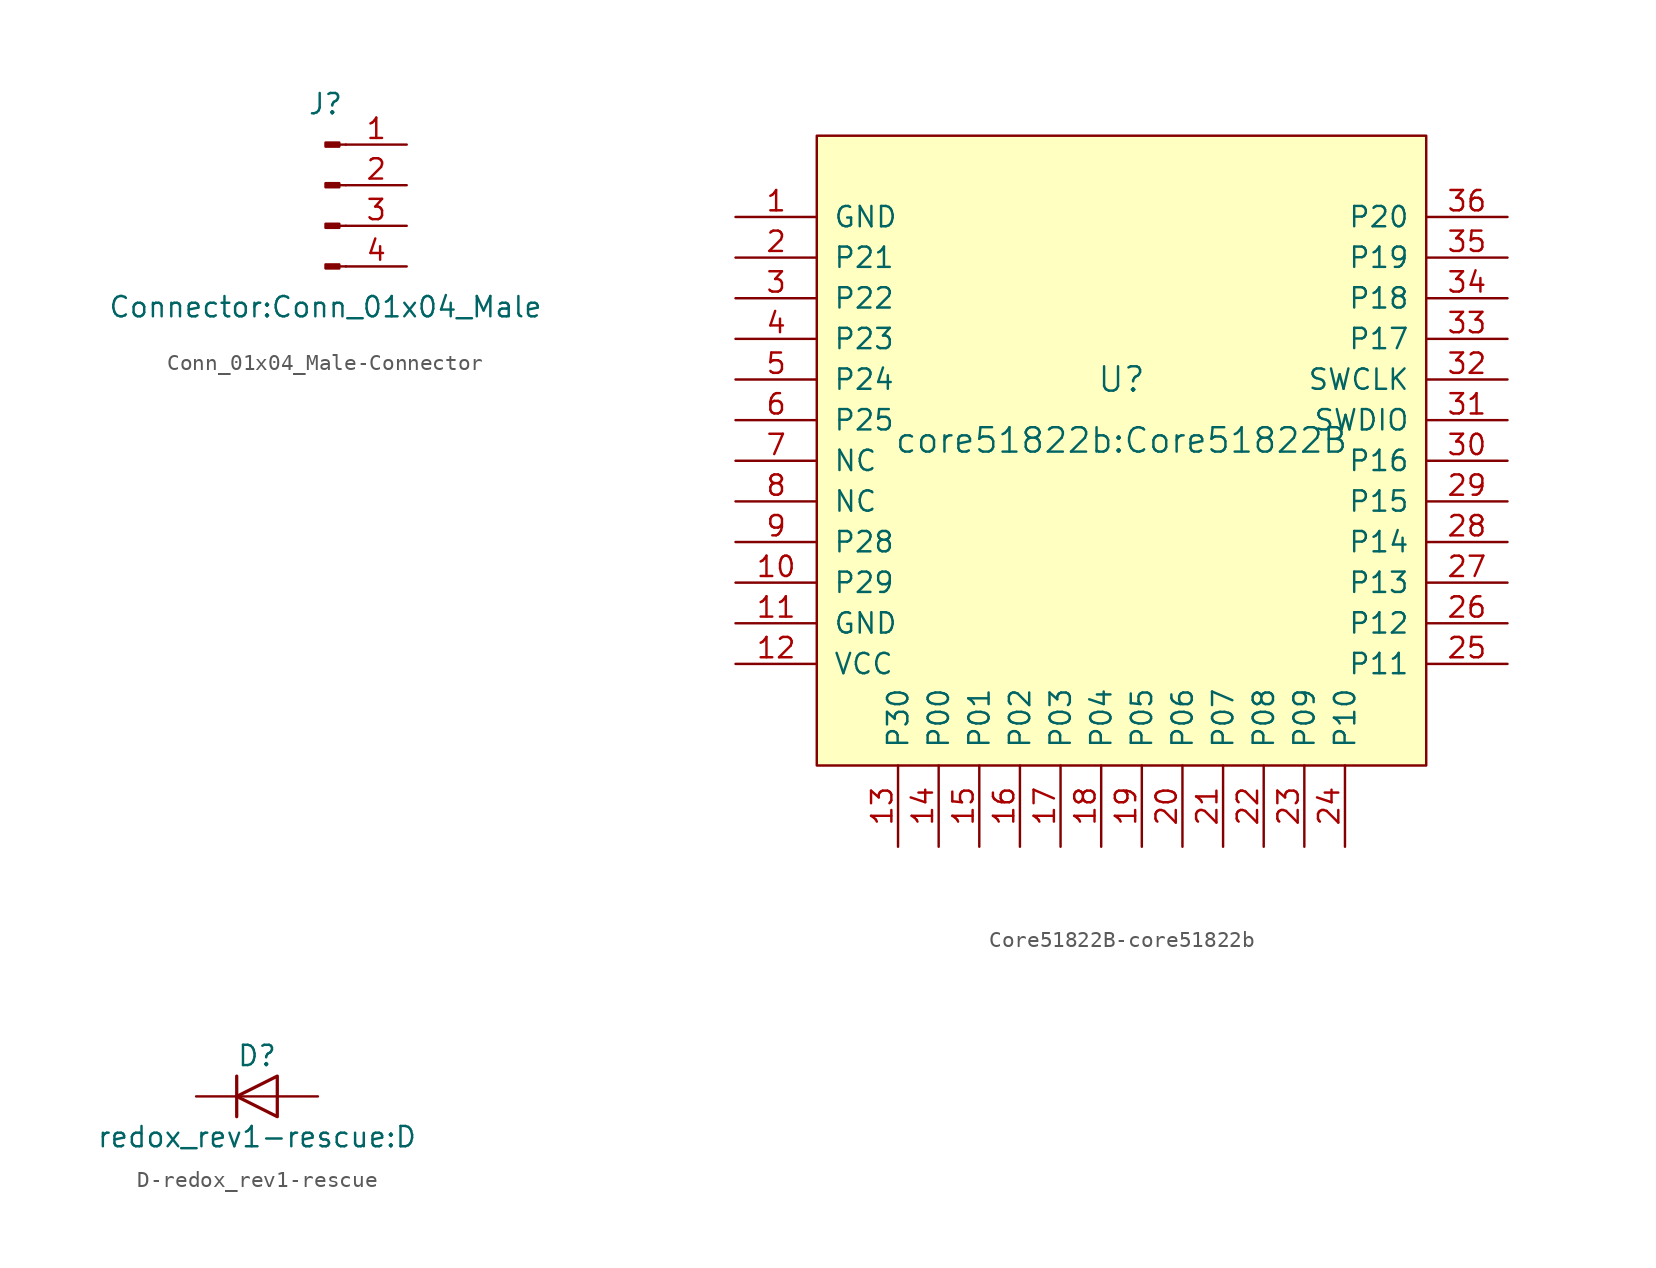
<source format=kicad_sym>
(kicad_symbol_lib
  (version 20220914)
  (generator kicad_symbol_editor)
  (symbol "Conn_01x04_Male-Connector"
    (pin_names
      (offset 1.016) hide)
    (property "Reference" "J"
      (at 0 5.08 0)
      (effects (font (size 1.27 1.27))))
    (property "Value" "Connector:Conn_01x04_Male"
      (at 0 -7.62 0)
      (effects (font (size 1.27 1.27))))
    (symbol "Conn_01x04_Male-Connector_1_1"
      (polyline (pts (xy 1.27 -5.08) (xy 0.864 -5.08)) (stroke (width 0.152) (type solid)) (fill (type none)))
      (polyline (pts (xy 1.27 -2.54) (xy 0.864 -2.54)) (stroke (width 0.152) (type solid)) (fill (type none)))
      (polyline (pts (xy 1.27 0) (xy 0.864 0)) (stroke (width 0.152) (type solid)) (fill (type none)))
      (polyline (pts (xy 1.27 2.54) (xy 0.864 2.54)) (stroke (width 0.152) (type solid)) (fill (type none)))
      (rectangle (start 0.864 -4.953) (end 0 -5.207) (stroke (width 0.152) (type solid)) (fill (type outline)))
      (rectangle (start 0.864 -2.413) (end 0 -2.667) (stroke (width 0.152) (type solid)) (fill (type outline)))
      (rectangle (start 0.864 0.127) (end 0 -0.127) (stroke (width 0.152) (type solid)) (fill (type outline)))
      (rectangle (start 0.864 2.667) (end 0 2.413) (stroke (width 0.152) (type solid)) (fill (type outline)))
      (pin passive line (at 5.08 2.54 180) (length 3.81) (name "Pin_1" (effects (font (size 1.27 1.27)))) (number "1" (effects (font (size 1.27 1.27)))))
      (pin passive line (at 5.08 0 180) (length 3.81) (name "Pin_2" (effects (font (size 1.27 1.27)))) (number "2" (effects (font (size 1.27 1.27)))))
      (pin passive line (at 5.08 -2.54 180) (length 3.81) (name "Pin_3" (effects (font (size 1.27 1.27)))) (number "3" (effects (font (size 1.27 1.27)))))
      (pin passive line (at 5.08 -5.08 180) (length 3.81) (name "Pin_4" (effects (font (size 1.27 1.27)))) (number "4" (effects (font (size 1.27 1.27)))))))
  (symbol "Core51822B-core51822b"
    (pin_names
      (offset 1.016))
    (property "Reference" "U"
      (at 0 2.54 0)
      (effects (font (size 1.524 1.524))))
    (property "Value" "core51822b:Core51822B"
      (at 0 -1.27 0)
      (effects (font (size 1.524 1.524))))
    (symbol "Core51822B-core51822b_0_1"
      (rectangle (start 19.05 -21.59) (end -19.05 17.78) (stroke (width 0) (type solid)) (fill (type background))))
    (symbol "Core51822B-core51822b_1_1"
      (pin bidirectional line (at -24.13 12.7 0) (length 5.08) (name "GND" (effects (font (size 1.27 1.27)))) (number "1" (effects (font (size 1.27 1.27)))))
      (pin bidirectional line (at -24.13 -10.16 0) (length 5.08) (name "P29" (effects (font (size 1.27 1.27)))) (number "10" (effects (font (size 1.27 1.27)))))
      (pin bidirectional line (at -24.13 -12.7 0) (length 5.08) (name "GND" (effects (font (size 1.27 1.27)))) (number "11" (effects (font (size 1.27 1.27)))))
      (pin bidirectional line (at -24.13 -15.24 0) (length 5.08) (name "VCC" (effects (font (size 1.27 1.27)))) (number "12" (effects (font (size 1.27 1.27)))))
      (pin bidirectional line (at -13.97 -26.67 90) (length 5.08) (name "P30" (effects (font (size 1.27 1.27)))) (number "13" (effects (font (size 1.27 1.27)))))
      (pin bidirectional line (at -11.43 -26.67 90) (length 5.08) (name "P00" (effects (font (size 1.27 1.27)))) (number "14" (effects (font (size 1.27 1.27)))))
      (pin bidirectional line (at -8.89 -26.67 90) (length 5.08) (name "P01" (effects (font (size 1.27 1.27)))) (number "15" (effects (font (size 1.27 1.27)))))
      (pin bidirectional line (at -6.35 -26.67 90) (length 5.08) (name "P02" (effects (font (size 1.27 1.27)))) (number "16" (effects (font (size 1.27 1.27)))))
      (pin bidirectional line (at -3.81 -26.67 90) (length 5.08) (name "P03" (effects (font (size 1.27 1.27)))) (number "17" (effects (font (size 1.27 1.27)))))
      (pin bidirectional line (at -1.27 -26.67 90) (length 5.08) (name "P04" (effects (font (size 1.27 1.27)))) (number "18" (effects (font (size 1.27 1.27)))))
      (pin bidirectional line (at 1.27 -26.67 90) (length 5.08) (name "P05" (effects (font (size 1.27 1.27)))) (number "19" (effects (font (size 1.27 1.27)))))
      (pin bidirectional line (at -24.13 10.16 0) (length 5.08) (name "P21" (effects (font (size 1.27 1.27)))) (number "2" (effects (font (size 1.27 1.27)))))
      (pin bidirectional line (at 3.81 -26.67 90) (length 5.08) (name "P06" (effects (font (size 1.27 1.27)))) (number "20" (effects (font (size 1.27 1.27)))))
      (pin bidirectional line (at 6.35 -26.67 90) (length 5.08) (name "P07" (effects (font (size 1.27 1.27)))) (number "21" (effects (font (size 1.27 1.27)))))
      (pin bidirectional line (at 8.89 -26.67 90) (length 5.08) (name "P08" (effects (font (size 1.27 1.27)))) (number "22" (effects (font (size 1.27 1.27)))))
      (pin bidirectional line (at 11.43 -26.67 90) (length 5.08) (name "P09" (effects (font (size 1.27 1.27)))) (number "23" (effects (font (size 1.27 1.27)))))
      (pin bidirectional line (at 13.97 -26.67 90) (length 5.08) (name "P10" (effects (font (size 1.27 1.27)))) (number "24" (effects (font (size 1.27 1.27)))))
      (pin bidirectional line (at 24.13 -15.24 180) (length 5.08) (name "P11" (effects (font (size 1.27 1.27)))) (number "25" (effects (font (size 1.27 1.27)))))
      (pin bidirectional line (at 24.13 -12.7 180) (length 5.08) (name "P12" (effects (font (size 1.27 1.27)))) (number "26" (effects (font (size 1.27 1.27)))))
      (pin bidirectional line (at 24.13 -10.16 180) (length 5.08) (name "P13" (effects (font (size 1.27 1.27)))) (number "27" (effects (font (size 1.27 1.27)))))
      (pin bidirectional line (at 24.13 -7.62 180) (length 5.08) (name "P14" (effects (font (size 1.27 1.27)))) (number "28" (effects (font (size 1.27 1.27)))))
      (pin bidirectional line (at 24.13 -5.08 180) (length 5.08) (name "P15" (effects (font (size 1.27 1.27)))) (number "29" (effects (font (size 1.27 1.27)))))
      (pin bidirectional line (at -24.13 7.62 0) (length 5.08) (name "P22" (effects (font (size 1.27 1.27)))) (number "3" (effects (font (size 1.27 1.27)))))
      (pin bidirectional line (at 24.13 -2.54 180) (length 5.08) (name "P16" (effects (font (size 1.27 1.27)))) (number "30" (effects (font (size 1.27 1.27)))))
      (pin bidirectional line (at 24.13 0 180) (length 5.08) (name "SWDIO" (effects (font (size 1.27 1.27)))) (number "31" (effects (font (size 1.27 1.27)))))
      (pin bidirectional line (at 24.13 2.54 180) (length 5.08) (name "SWCLK" (effects (font (size 1.27 1.27)))) (number "32" (effects (font (size 1.27 1.27)))))
      (pin bidirectional line (at 24.13 5.08 180) (length 5.08) (name "P17" (effects (font (size 1.27 1.27)))) (number "33" (effects (font (size 1.27 1.27)))))
      (pin bidirectional line (at 24.13 7.62 180) (length 5.08) (name "P18" (effects (font (size 1.27 1.27)))) (number "34" (effects (font (size 1.27 1.27)))))
      (pin bidirectional line (at 24.13 10.16 180) (length 5.08) (name "P19" (effects (font (size 1.27 1.27)))) (number "35" (effects (font (size 1.27 1.27)))))
      (pin bidirectional line (at 24.13 12.7 180) (length 5.08) (name "P20" (effects (font (size 1.27 1.27)))) (number "36" (effects (font (size 1.27 1.27)))))
      (pin bidirectional line (at -24.13 5.08 0) (length 5.08) (name "P23" (effects (font (size 1.27 1.27)))) (number "4" (effects (font (size 1.27 1.27)))))
      (pin bidirectional line (at -24.13 2.54 0) (length 5.08) (name "P24" (effects (font (size 1.27 1.27)))) (number "5" (effects (font (size 1.27 1.27)))))
      (pin bidirectional line (at -24.13 0 0) (length 5.08) (name "P25" (effects (font (size 1.27 1.27)))) (number "6" (effects (font (size 1.27 1.27)))))
      (pin bidirectional line (at -24.13 -2.54 0) (length 5.08) (name "NC" (effects (font (size 1.27 1.27)))) (number "7" (effects (font (size 1.27 1.27)))))
      (pin bidirectional line (at -24.13 -5.08 0) (length 5.08) (name "NC" (effects (font (size 1.27 1.27)))) (number "8" (effects (font (size 1.27 1.27)))))
      (pin bidirectional line (at -24.13 -7.62 0) (length 5.08) (name "P28" (effects (font (size 1.27 1.27)))) (number "9" (effects (font (size 1.27 1.27)))))))
  (symbol "D-redox_rev1-rescue"
    (pin_numbers hide)
    (pin_names
      (offset 1.016) hide)
    (property "Reference" "D"
      (at 0 2.54 0)
      (effects (font (size 1.27 1.27))))
    (property "Value" "redox_rev1-rescue:D"
      (at 0 -2.54 0)
      (effects (font (size 1.27 1.27))))
    (symbol "D-redox_rev1-rescue_0_1"
      (polyline (pts (xy -1.27 1.27) (xy -1.27 -1.27)) (stroke (width 0.203) (type solid)) (fill (type none)))
      (polyline (pts (xy 1.27 0) (xy -1.27 0)) (stroke (width 0) (type solid)) (fill (type none)))
      (polyline (pts (xy 1.27 1.27) (xy 1.27 -1.27) (xy -1.27 0) (xy 1.27 1.27)) (stroke (width 0.203) (type solid)) (fill (type none))))
    (symbol "D-redox_rev1-rescue_1_1"
      (pin passive line (at -3.81 0 0) (length 2.54) (name "K" (effects (font (size 1.27 1.27)))) (number "1" (effects (font (size 1.27 1.27)))))
      (pin passive line (at 3.81 0 180) (length 2.54) (name "A" (effects (font (size 1.27 1.27)))) (number "2" (effects (font (size 1.27 1.27))))))))
</source>
